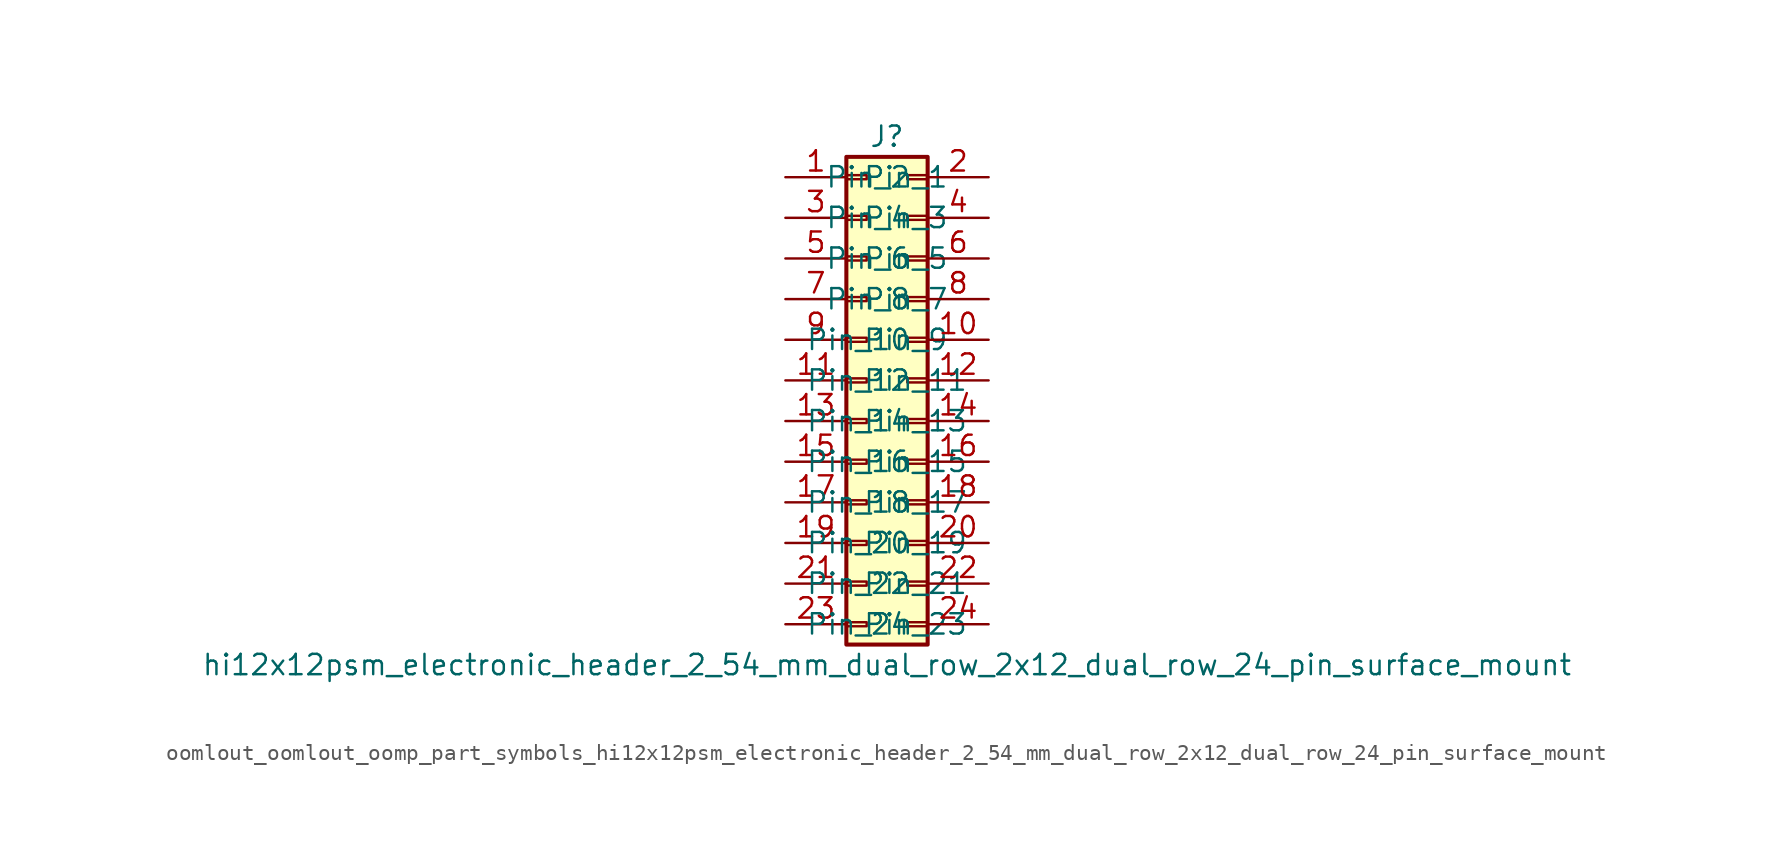
<source format=kicad_sym>
(kicad_symbol_lib
  (version 20220914)
  (generator kicad_symbol_editor)
  (symbol "oomlout_oomlout_oomp_part_symbols_hi12x12psm_electronic_header_2_54_mm_dual_row_2x12_dual_row_24_pin_surface_mount"
    (pin_names
      (offset 1.016))
    (property "Reference" "J"
      (at 1.27 15.24 0)
      (effects (font (size 1.27 1.27))))
    (property "Value" "hi12x12psm_electronic_header_2_54_mm_dual_row_2x12_dual_row_24_pin_surface_mount"
      (at 1.27 -17.78 0)
      (effects (font (size 1.27 1.27))))
    (symbol "oomlout_oomlout_oomp_part_symbols_hi12x12psm_electronic_header_2_54_mm_dual_row_2x12_dual_row_24_pin_surface_mount_1_1"
      (rectangle (start -1.27 -15.113) (end 0 -15.367) (stroke (width 0.152) (type default)) (fill (type none)))
      (rectangle (start -1.27 -12.573) (end 0 -12.827) (stroke (width 0.152) (type default)) (fill (type none)))
      (rectangle (start -1.27 -10.033) (end 0 -10.287) (stroke (width 0.152) (type default)) (fill (type none)))
      (rectangle (start -1.27 -7.493) (end 0 -7.747) (stroke (width 0.152) (type default)) (fill (type none)))
      (rectangle (start -1.27 -4.953) (end 0 -5.207) (stroke (width 0.152) (type default)) (fill (type none)))
      (rectangle (start -1.27 -2.413) (end 0 -2.667) (stroke (width 0.152) (type default)) (fill (type none)))
      (rectangle (start -1.27 0.127) (end 0 -0.127) (stroke (width 0.152) (type default)) (fill (type none)))
      (rectangle (start -1.27 2.667) (end 0 2.413) (stroke (width 0.152) (type default)) (fill (type none)))
      (rectangle (start -1.27 5.207) (end 0 4.953) (stroke (width 0.152) (type default)) (fill (type none)))
      (rectangle (start -1.27 7.747) (end 0 7.493) (stroke (width 0.152) (type default)) (fill (type none)))
      (rectangle (start -1.27 10.287) (end 0 10.033) (stroke (width 0.152) (type default)) (fill (type none)))
      (rectangle (start -1.27 12.827) (end 0 12.573) (stroke (width 0.152) (type default)) (fill (type none)))
      (rectangle (start -1.27 13.97) (end 3.81 -16.51) (stroke (width 0.254) (type default)) (fill (type background)))
      (rectangle (start 3.81 -15.113) (end 2.54 -15.367) (stroke (width 0.152) (type default)) (fill (type none)))
      (rectangle (start 3.81 -12.573) (end 2.54 -12.827) (stroke (width 0.152) (type default)) (fill (type none)))
      (rectangle (start 3.81 -10.033) (end 2.54 -10.287) (stroke (width 0.152) (type default)) (fill (type none)))
      (rectangle (start 3.81 -7.493) (end 2.54 -7.747) (stroke (width 0.152) (type default)) (fill (type none)))
      (rectangle (start 3.81 -4.953) (end 2.54 -5.207) (stroke (width 0.152) (type default)) (fill (type none)))
      (rectangle (start 3.81 -2.413) (end 2.54 -2.667) (stroke (width 0.152) (type default)) (fill (type none)))
      (rectangle (start 3.81 0.127) (end 2.54 -0.127) (stroke (width 0.152) (type default)) (fill (type none)))
      (rectangle (start 3.81 2.667) (end 2.54 2.413) (stroke (width 0.152) (type default)) (fill (type none)))
      (rectangle (start 3.81 5.207) (end 2.54 4.953) (stroke (width 0.152) (type default)) (fill (type none)))
      (rectangle (start 3.81 7.747) (end 2.54 7.493) (stroke (width 0.152) (type default)) (fill (type none)))
      (rectangle (start 3.81 10.287) (end 2.54 10.033) (stroke (width 0.152) (type default)) (fill (type none)))
      (rectangle (start 3.81 12.827) (end 2.54 12.573) (stroke (width 0.152) (type default)) (fill (type none)))
      (pin passive line (at -5.08 12.7 0) (length 3.81) (name "Pin_1" (effects (font (size 1.27 1.27)))) (number "1" (effects (font (size 1.27 1.27)))))
      (pin passive line (at 7.62 2.54 180) (length 3.81) (name "Pin_10" (effects (font (size 1.27 1.27)))) (number "10" (effects (font (size 1.27 1.27)))))
      (pin passive line (at -5.08 0 0) (length 3.81) (name "Pin_11" (effects (font (size 1.27 1.27)))) (number "11" (effects (font (size 1.27 1.27)))))
      (pin passive line (at 7.62 0 180) (length 3.81) (name "Pin_12" (effects (font (size 1.27 1.27)))) (number "12" (effects (font (size 1.27 1.27)))))
      (pin passive line (at -5.08 -2.54 0) (length 3.81) (name "Pin_13" (effects (font (size 1.27 1.27)))) (number "13" (effects (font (size 1.27 1.27)))))
      (pin passive line (at 7.62 -2.54 180) (length 3.81) (name "Pin_14" (effects (font (size 1.27 1.27)))) (number "14" (effects (font (size 1.27 1.27)))))
      (pin passive line (at -5.08 -5.08 0) (length 3.81) (name "Pin_15" (effects (font (size 1.27 1.27)))) (number "15" (effects (font (size 1.27 1.27)))))
      (pin passive line (at 7.62 -5.08 180) (length 3.81) (name "Pin_16" (effects (font (size 1.27 1.27)))) (number "16" (effects (font (size 1.27 1.27)))))
      (pin passive line (at -5.08 -7.62 0) (length 3.81) (name "Pin_17" (effects (font (size 1.27 1.27)))) (number "17" (effects (font (size 1.27 1.27)))))
      (pin passive line (at 7.62 -7.62 180) (length 3.81) (name "Pin_18" (effects (font (size 1.27 1.27)))) (number "18" (effects (font (size 1.27 1.27)))))
      (pin passive line (at -5.08 -10.16 0) (length 3.81) (name "Pin_19" (effects (font (size 1.27 1.27)))) (number "19" (effects (font (size 1.27 1.27)))))
      (pin passive line (at 7.62 12.7 180) (length 3.81) (name "Pin_2" (effects (font (size 1.27 1.27)))) (number "2" (effects (font (size 1.27 1.27)))))
      (pin passive line (at 7.62 -10.16 180) (length 3.81) (name "Pin_20" (effects (font (size 1.27 1.27)))) (number "20" (effects (font (size 1.27 1.27)))))
      (pin passive line (at -5.08 -12.7 0) (length 3.81) (name "Pin_21" (effects (font (size 1.27 1.27)))) (number "21" (effects (font (size 1.27 1.27)))))
      (pin passive line (at 7.62 -12.7 180) (length 3.81) (name "Pin_22" (effects (font (size 1.27 1.27)))) (number "22" (effects (font (size 1.27 1.27)))))
      (pin passive line (at -5.08 -15.24 0) (length 3.81) (name "Pin_23" (effects (font (size 1.27 1.27)))) (number "23" (effects (font (size 1.27 1.27)))))
      (pin passive line (at 7.62 -15.24 180) (length 3.81) (name "Pin_24" (effects (font (size 1.27 1.27)))) (number "24" (effects (font (size 1.27 1.27)))))
      (pin passive line (at -5.08 10.16 0) (length 3.81) (name "Pin_3" (effects (font (size 1.27 1.27)))) (number "3" (effects (font (size 1.27 1.27)))))
      (pin passive line (at 7.62 10.16 180) (length 3.81) (name "Pin_4" (effects (font (size 1.27 1.27)))) (number "4" (effects (font (size 1.27 1.27)))))
      (pin passive line (at -5.08 7.62 0) (length 3.81) (name "Pin_5" (effects (font (size 1.27 1.27)))) (number "5" (effects (font (size 1.27 1.27)))))
      (pin passive line (at 7.62 7.62 180) (length 3.81) (name "Pin_6" (effects (font (size 1.27 1.27)))) (number "6" (effects (font (size 1.27 1.27)))))
      (pin passive line (at -5.08 5.08 0) (length 3.81) (name "Pin_7" (effects (font (size 1.27 1.27)))) (number "7" (effects (font (size 1.27 1.27)))))
      (pin passive line (at 7.62 5.08 180) (length 3.81) (name "Pin_8" (effects (font (size 1.27 1.27)))) (number "8" (effects (font (size 1.27 1.27)))))
      (pin passive line (at -5.08 2.54 0) (length 3.81) (name "Pin_9" (effects (font (size 1.27 1.27)))) (number "9" (effects (font (size 1.27 1.27))))))))
</source>
